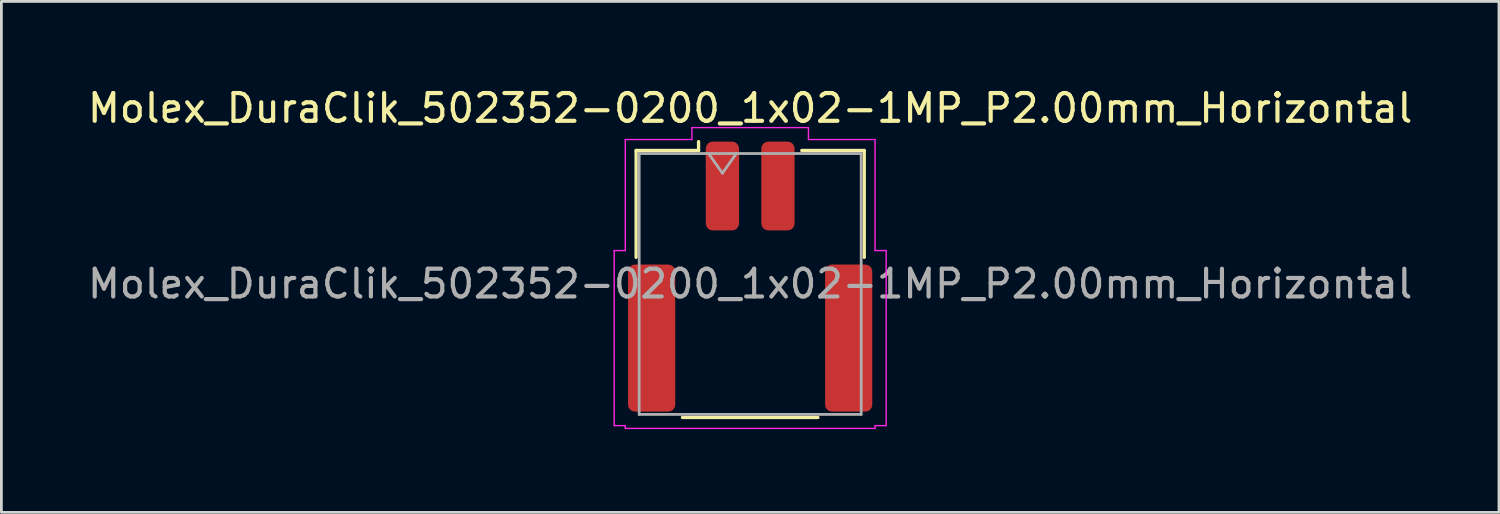
<source format=kicad_pcb>
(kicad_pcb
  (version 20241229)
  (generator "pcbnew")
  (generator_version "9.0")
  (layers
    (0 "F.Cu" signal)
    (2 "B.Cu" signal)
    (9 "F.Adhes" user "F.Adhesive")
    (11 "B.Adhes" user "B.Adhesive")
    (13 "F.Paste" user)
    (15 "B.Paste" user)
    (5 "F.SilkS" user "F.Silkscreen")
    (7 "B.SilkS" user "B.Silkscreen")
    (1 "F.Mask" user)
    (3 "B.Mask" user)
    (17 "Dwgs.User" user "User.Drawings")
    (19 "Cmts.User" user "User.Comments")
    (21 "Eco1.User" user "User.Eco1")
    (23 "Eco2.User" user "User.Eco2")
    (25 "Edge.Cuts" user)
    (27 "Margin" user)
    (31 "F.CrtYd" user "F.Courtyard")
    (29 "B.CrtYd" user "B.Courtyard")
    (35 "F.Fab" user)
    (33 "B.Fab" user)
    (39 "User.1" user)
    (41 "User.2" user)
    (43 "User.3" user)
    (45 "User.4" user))
  (footprint "Molex_DuraClik_502352-0200_1x02-1MP_P2.00mm_Horizontal"
    (layer "F.Cu")
    (at 23.982 6.918)
    (property "Reference" "Molex_DuraClik_502352-0200_1x02-1MP_P2.00mm_Horizontal" (at 0 -6.07 0) (layer "F.SilkS") (effects (font (size 1 1) (thickness 0.15))))
    (attr smd)
    (fp_line (start -4.11 -4.545) (end -1.86 -4.545) (stroke (width 0.12) (type solid)) (layer "F.SilkS"))
    (fp_line (start -4.11 -0.695) (end -4.11 -4.545) (stroke (width 0.12) (type solid)) (layer "F.SilkS"))
    (fp_line (start -2.44 5.075) (end 2.44 5.075) (stroke (width 0.12) (type solid)) (layer "F.SilkS"))
    (fp_line (start -1.86 -4.545) (end -1.86 -4.865) (stroke (width 0.12) (type solid)) (layer "F.SilkS"))
    (fp_line (start 4.11 -4.545) (end 1.86 -4.545) (stroke (width 0.12) (type solid)) (layer "F.SilkS"))
    (fp_line (start 4.11 -0.695) (end 4.11 -4.545) (stroke (width 0.12) (type solid)) (layer "F.SilkS"))
    (fp_line (start -4.9 -0.94) (end -4.5 -0.94) (stroke (width 0.05) (type solid)) (layer "F.CrtYd"))
    (fp_line (start -4.9 5.37) (end -4.9 -0.94) (stroke (width 0.05) (type solid)) (layer "F.CrtYd"))
    (fp_line (start -4.5 -4.94) (end -2.1 -4.94) (stroke (width 0.05) (type solid)) (layer "F.CrtYd"))
    (fp_line (start -4.5 -0.94) (end -4.5 -4.94) (stroke (width 0.05) (type solid)) (layer "F.CrtYd"))
    (fp_line (start -4.5 5.37) (end -4.9 5.37) (stroke (width 0.05) (type solid)) (layer "F.CrtYd"))
    (fp_line (start -4.5 5.47) (end -4.5 5.37) (stroke (width 0.05) (type solid)) (layer "F.CrtYd"))
    (fp_line (start -2.1 -5.37) (end 2.1 -5.37) (stroke (width 0.05) (type solid)) (layer "F.CrtYd"))
    (fp_line (start -2.1 -4.94) (end -2.1 -5.37) (stroke (width 0.05) (type solid)) (layer "F.CrtYd"))
    (fp_line (start 2.1 -5.37) (end 2.1 -4.94) (stroke (width 0.05) (type solid)) (layer "F.CrtYd"))
    (fp_line (start 2.1 -4.94) (end 4.5 -4.94) (stroke (width 0.05) (type solid)) (layer "F.CrtYd"))
    (fp_line (start 4.5 -4.94) (end 4.5 -0.94) (stroke (width 0.05) (type solid)) (layer "F.CrtYd"))
    (fp_line (start 4.5 -0.94) (end 4.9 -0.94) (stroke (width 0.05) (type solid)) (layer "F.CrtYd"))
    (fp_line (start 4.5 5.37) (end 4.5 5.47) (stroke (width 0.05) (type solid)) (layer "F.CrtYd"))
    (fp_line (start 4.5 5.47) (end -4.5 5.47) (stroke (width 0.05) (type solid)) (layer "F.CrtYd"))
    (fp_line (start 4.9 -0.94) (end 4.9 5.37) (stroke (width 0.05) (type solid)) (layer "F.CrtYd"))
    (fp_line (start 4.9 5.37) (end 4.5 5.37) (stroke (width 0.05) (type solid)) (layer "F.CrtYd"))
    (fp_line (start -4 -4.435) (end -4 4.965) (stroke (width 0.1) (type solid)) (layer "F.Fab"))
    (fp_line (start -4 -4.435) (end 4 -4.435) (stroke (width 0.1) (type solid)) (layer "F.Fab"))
    (fp_line (start -4 4.965) (end 4 4.965) (stroke (width 0.1) (type solid)) (layer "F.Fab"))
    (fp_line (start -1.5 -4.435) (end -1 -3.728) (stroke (width 0.1) (type solid)) (layer "F.Fab"))
    (fp_line (start -1 -3.728) (end -0.5 -4.435) (stroke (width 0.1) (type solid)) (layer "F.Fab"))
    (fp_line (start 4 -4.435) (end 4 4.965) (stroke (width 0.1) (type solid)) (layer "F.Fab"))
    (fp_text user "${REFERENCE}" (at 0 0.26 0) (layer "F.Fab") (effects (font (size 1 1) (thickness 0.15))))
    (pad "1" smd roundrect (at -1 -3.265) (size 1.2 3.2) (layers "F.Cu" "F.Mask" "F.Paste") (roundrect_rratio 0.208))
    (pad "2" smd roundrect (at 1 -3.265) (size 1.2 3.2) (layers "F.Cu" "F.Mask" "F.Paste") (roundrect_rratio 0.208))
    (pad "MP" smd roundrect (at -3.55 2.215) (size 1.7 5.3) (layers "F.Cu" "F.Mask" "F.Paste") (roundrect_rratio 0.147))
    (pad "MP" smd roundrect (at 3.55 2.215) (size 1.7 5.3) (layers "F.Cu" "F.Mask" "F.Paste") (roundrect_rratio 0.147)))
  (gr_rect
    (start -3 -3)
    (end 50.964 15.413)
    (stroke (width 0.1) (type default))
    (fill no)
    (layer "Edge.Cuts")))
</source>
